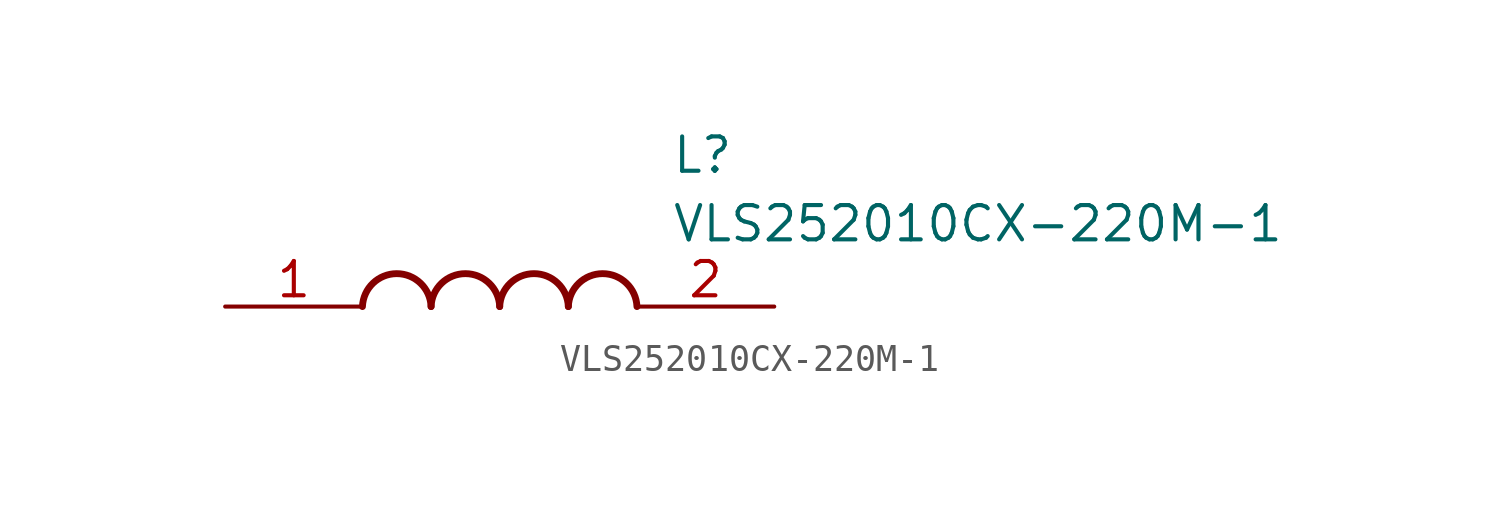
<source format=kicad_sym>
(kicad_symbol_lib
  (version 20211014)
  (generator SamacSys_ECAD_Model)
  (symbol "VLS252010CX-220M-1"
    (pin_names hide)
    (property "Reference" "L"
      (at 16.51 6.35 0)
      (effects (font (size 1.27 1.27)) (justify left top)))
    (property "Value" "VLS252010CX-220M-1"
      (at 16.51 3.81 0)
      (effects (font (size 1.27 1.27)) (justify left top)))
    (arc
      (start 7.62 0)
      (mid 6.35 1.219)
      (end 5.08 0)
      (stroke (width 0.254) (type default))
      (fill (type none)))
    (arc
      (start 10.16 0)
      (mid 8.89 1.219)
      (end 7.62 0)
      (stroke (width 0.254) (type default))
      (fill (type none)))
    (arc
      (start 12.7 0)
      (mid 11.43 1.219)
      (end 10.16 0)
      (stroke (width 0.254) (type default))
      (fill (type none)))
    (arc
      (start 15.24 0)
      (mid 13.97 1.219)
      (end 12.7 0)
      (stroke (width 0.254) (type default))
      (fill (type none)))
    (pin passive line
      (at 0 0 0)
      (length 5.08)
      (name "1" (effects (font (size 1.27 1.27))))
      (number "1" (effects (font (size 1.27 1.27)))))
    (pin passive line
      (at 20.32 0 180)
      (length 5.08)
      (name "2" (effects (font (size 1.27 1.27))))
      (number "2" (effects (font (size 1.27 1.27)))))))
</source>
